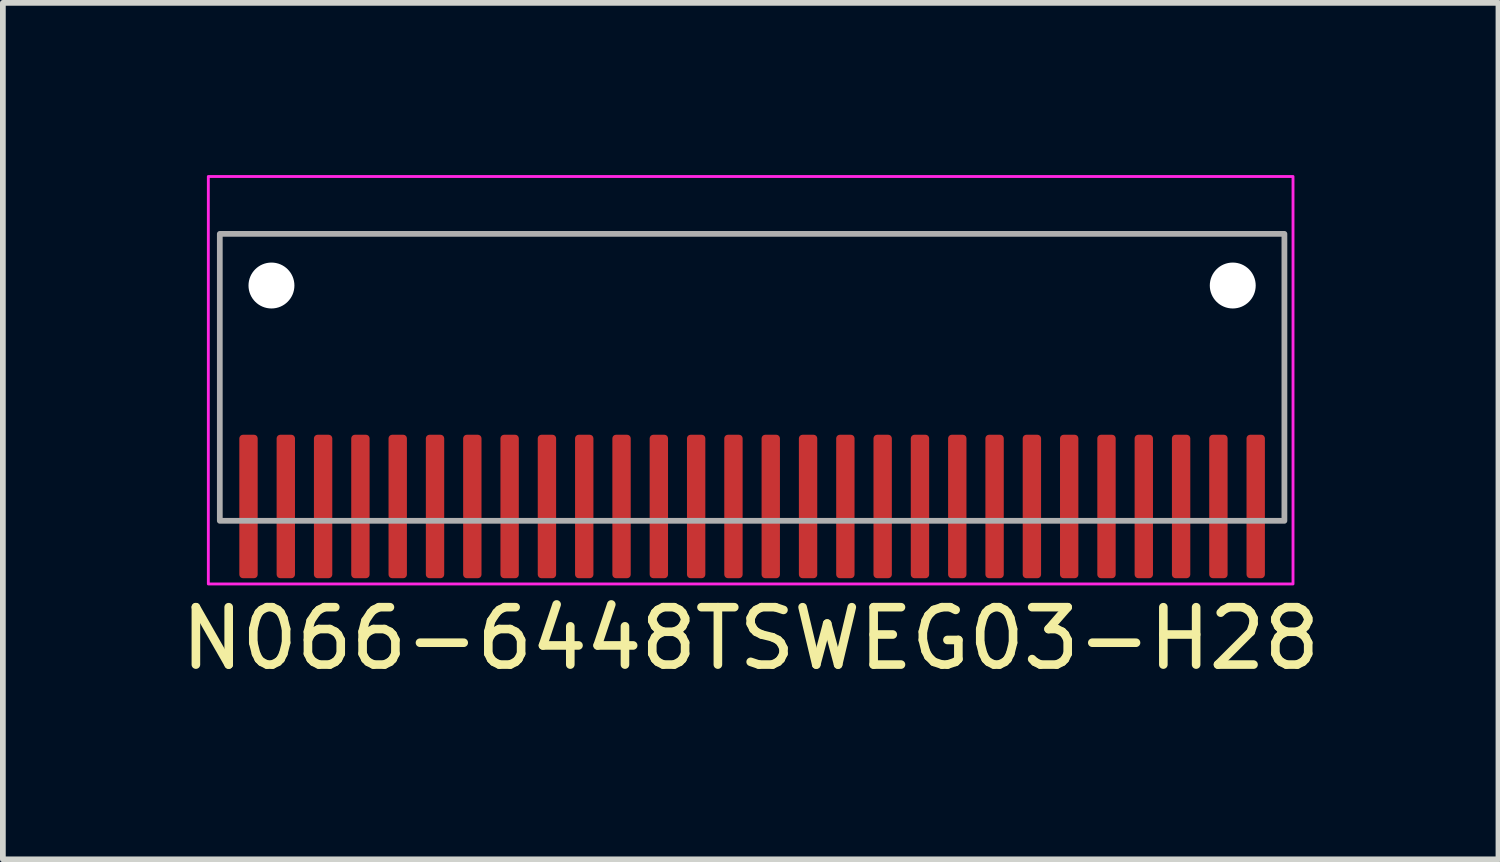
<source format=kicad_pcb>
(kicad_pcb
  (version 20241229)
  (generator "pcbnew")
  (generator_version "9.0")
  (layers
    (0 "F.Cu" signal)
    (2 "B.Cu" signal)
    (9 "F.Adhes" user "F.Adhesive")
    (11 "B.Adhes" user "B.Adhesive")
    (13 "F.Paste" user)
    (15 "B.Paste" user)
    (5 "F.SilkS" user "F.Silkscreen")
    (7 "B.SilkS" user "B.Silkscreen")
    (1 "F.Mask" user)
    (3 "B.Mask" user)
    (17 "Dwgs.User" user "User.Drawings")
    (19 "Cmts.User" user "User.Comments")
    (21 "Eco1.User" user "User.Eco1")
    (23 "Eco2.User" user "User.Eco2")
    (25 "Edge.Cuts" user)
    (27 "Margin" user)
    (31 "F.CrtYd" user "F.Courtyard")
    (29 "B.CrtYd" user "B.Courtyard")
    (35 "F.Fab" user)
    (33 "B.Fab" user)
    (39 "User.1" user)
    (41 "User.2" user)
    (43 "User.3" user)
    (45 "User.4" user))
  (footprint "N066-6448TSWEG03-H28"
    (layer "F.Cu")
    (at 10.055 3.975)
    (property "Reference" "N066-6448TSWEG03-H28" (at -0.025 4.1 0) (unlocked yes) (layer "F.SilkS") (effects (font (size 1 1) (thickness 0.15))))
    (attr smd)
    (fp_rect (start -9.475 -3.95) (end 9.425 3.15) (stroke (width 0.05) (type solid)) (fill no) (layer "F.CrtYd"))
    (fp_rect (start -9.275 2.05) (end 9.275 -2.95) (stroke (width 0.1) (type solid)) (fill no) (layer "F.Fab"))
    (pad "" np_thru_hole circle (at -8.375 -2.05 180) (size 0.8 0.8) (drill 0.8) (layers "*.Cu" "*.Mask"))
    (pad "" np_thru_hole circle (at 8.375 -2.05 180) (size 0.8 0.8) (drill 0.8) (layers "*.Cu" "*.Mask"))
    (pad "1" smd roundrect (at -8.775 1.8 180) (size 0.32 2.5) (layers "F.Cu" "F.Mask" "F.Paste") (roundrect_rratio 0.2))
    (pad "2" smd roundrect (at -8.125 1.8 180) (size 0.32 2.5) (layers "F.Cu" "F.Mask" "F.Paste") (roundrect_rratio 0.2))
    (pad "3" smd roundrect (at -7.475 1.8 180) (size 0.32 2.5) (layers "F.Cu" "F.Mask" "F.Paste") (roundrect_rratio 0.2))
    (pad "4" smd roundrect (at -6.825 1.8 180) (size 0.32 2.5) (layers "F.Cu" "F.Mask" "F.Paste") (roundrect_rratio 0.2))
    (pad "5" smd roundrect (at -6.175 1.8 180) (size 0.32 2.5) (layers "F.Cu" "F.Mask" "F.Paste") (roundrect_rratio 0.2))
    (pad "6" smd roundrect (at -5.525 1.8 180) (size 0.32 2.5) (layers "F.Cu" "F.Mask" "F.Paste") (roundrect_rratio 0.2))
    (pad "7" smd roundrect (at -4.875 1.8 180) (size 0.32 2.5) (layers "F.Cu" "F.Mask" "F.Paste") (roundrect_rratio 0.2))
    (pad "8" smd roundrect (at -4.225 1.8 180) (size 0.32 2.5) (layers "F.Cu" "F.Mask" "F.Paste") (roundrect_rratio 0.2))
    (pad "9" smd roundrect (at -3.575 1.8 180) (size 0.32 2.5) (layers "F.Cu" "F.Mask" "F.Paste") (roundrect_rratio 0.2))
    (pad "10" smd roundrect (at -2.925 1.8 180) (size 0.32 2.5) (layers "F.Cu" "F.Mask" "F.Paste") (roundrect_rratio 0.2))
    (pad "11" smd roundrect (at -2.275 1.8 180) (size 0.32 2.5) (layers "F.Cu" "F.Mask" "F.Paste") (roundrect_rratio 0.2))
    (pad "12" smd roundrect (at -1.625 1.8 180) (size 0.32 2.5) (layers "F.Cu" "F.Mask" "F.Paste") (roundrect_rratio 0.2))
    (pad "13" smd roundrect (at -0.975 1.8 180) (size 0.32 2.5) (layers "F.Cu" "F.Mask" "F.Paste") (roundrect_rratio 0.2))
    (pad "14" smd roundrect (at -0.325 1.8 180) (size 0.32 2.5) (layers "F.Cu" "F.Mask" "F.Paste") (roundrect_rratio 0.2))
    (pad "15" smd roundrect (at 0.325 1.8 180) (size 0.32 2.5) (layers "F.Cu" "F.Mask" "F.Paste") (roundrect_rratio 0.2))
    (pad "16" smd roundrect (at 0.975 1.8 180) (size 0.32 2.5) (layers "F.Cu" "F.Mask" "F.Paste") (roundrect_rratio 0.2))
    (pad "17" smd roundrect (at 1.625 1.8 180) (size 0.32 2.5) (layers "F.Cu" "F.Mask" "F.Paste") (roundrect_rratio 0.2))
    (pad "18" smd roundrect (at 2.275 1.8 180) (size 0.32 2.5) (layers "F.Cu" "F.Mask" "F.Paste") (roundrect_rratio 0.2))
    (pad "19" smd roundrect (at 2.925 1.8 180) (size 0.32 2.5) (layers "F.Cu" "F.Mask" "F.Paste") (roundrect_rratio 0.2))
    (pad "20" smd roundrect (at 3.575 1.8 180) (size 0.32 2.5) (layers "F.Cu" "F.Mask" "F.Paste") (roundrect_rratio 0.2))
    (pad "21" smd roundrect (at 4.225 1.8 180) (size 0.32 2.5) (layers "F.Cu" "F.Mask" "F.Paste") (roundrect_rratio 0.2))
    (pad "22" smd roundrect (at 4.875 1.8 180) (size 0.32 2.5) (layers "F.Cu" "F.Mask" "F.Paste") (roundrect_rratio 0.2))
    (pad "23" smd roundrect (at 5.525 1.8 180) (size 0.32 2.5) (layers "F.Cu" "F.Mask" "F.Paste") (roundrect_rratio 0.2))
    (pad "24" smd roundrect (at 6.175 1.8 180) (size 0.32 2.5) (layers "F.Cu" "F.Mask" "F.Paste") (roundrect_rratio 0.2))
    (pad "25" smd roundrect (at 6.825 1.8 180) (size 0.32 2.5) (layers "F.Cu" "F.Mask" "F.Paste") (roundrect_rratio 0.2))
    (pad "26" smd roundrect (at 7.475 1.8 180) (size 0.32 2.5) (layers "F.Cu" "F.Mask" "F.Paste") (roundrect_rratio 0.2))
    (pad "27" smd roundrect (at 8.125 1.8 180) (size 0.32 2.5) (layers "F.Cu" "F.Mask" "F.Paste") (roundrect_rratio 0.2))
    (pad "28" smd roundrect (at 8.775 1.8 180) (size 0.32 2.5) (layers "F.Cu" "F.Mask" "F.Paste") (roundrect_rratio 0.2)))
  (gr_rect
    (start -3 -3)
    (end 23.06 11.923)
    (stroke (width 0.1) (type default))
    (fill no)
    (layer "Edge.Cuts")))
</source>
